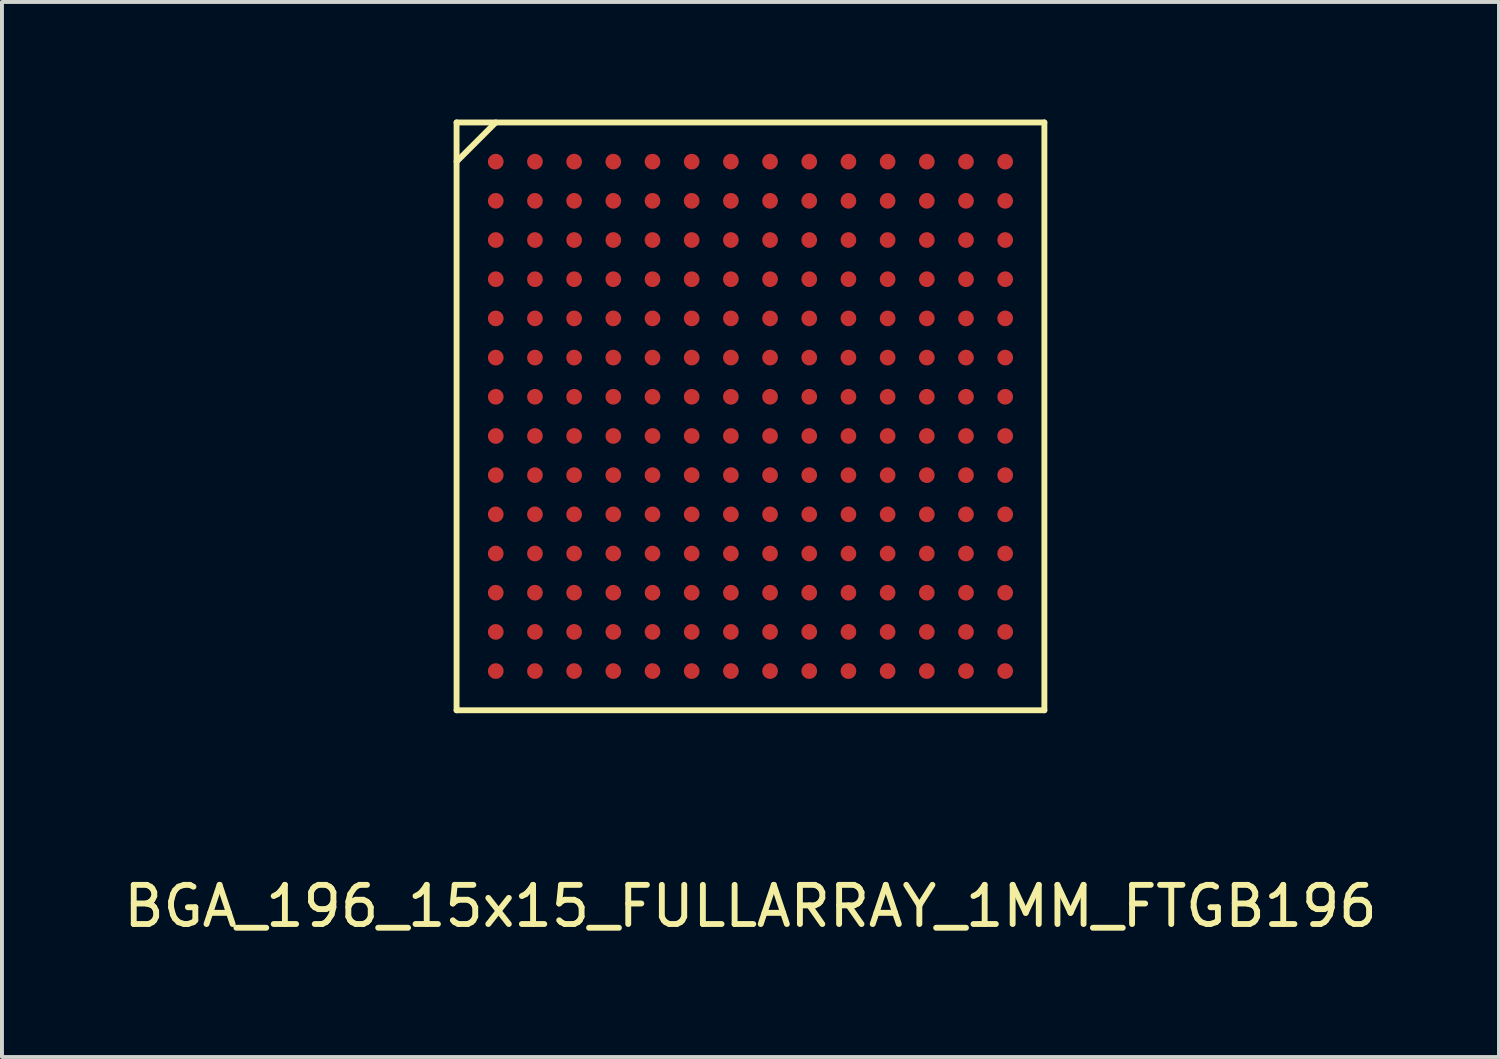
<source format=kicad_pcb>
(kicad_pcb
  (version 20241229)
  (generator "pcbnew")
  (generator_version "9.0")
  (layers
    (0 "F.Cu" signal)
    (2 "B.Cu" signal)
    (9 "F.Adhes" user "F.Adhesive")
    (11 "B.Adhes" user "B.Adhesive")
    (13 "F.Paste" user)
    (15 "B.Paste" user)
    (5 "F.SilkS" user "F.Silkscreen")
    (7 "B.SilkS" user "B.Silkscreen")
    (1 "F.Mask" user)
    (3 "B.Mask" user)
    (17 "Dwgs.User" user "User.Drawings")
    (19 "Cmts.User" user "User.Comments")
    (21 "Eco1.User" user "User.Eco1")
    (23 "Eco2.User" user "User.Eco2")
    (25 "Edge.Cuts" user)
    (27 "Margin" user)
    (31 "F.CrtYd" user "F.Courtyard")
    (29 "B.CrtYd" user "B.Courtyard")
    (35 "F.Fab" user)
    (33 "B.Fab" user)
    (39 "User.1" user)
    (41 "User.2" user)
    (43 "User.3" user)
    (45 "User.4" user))
  (footprint "BGA_196_15x15_FULLARRAY_1MM_FTGB196"
    (layer "F.Cu")
    (at 16.101 7.575)
    (property "Reference" "BGA_196_15x15_FULLARRAY_1MM_FTGB196" (at 0 12.5 0) (layer "F.SilkS") (effects (font (size 1 1) (thickness 0.15))))
    (attr through_hole)
    (fp_line (start -7.5 -7.5) (end 7.5 -7.5) (stroke (width 0.15) (type solid)) (layer "F.SilkS"))
    (fp_line (start -7.5 7.5) (end -7.5 -7.5) (stroke (width 0.15) (type solid)) (layer "F.SilkS"))
    (fp_line (start -6.5 -7.5) (end -7.5 -6.5) (stroke (width 0.15) (type solid)) (layer "F.SilkS"))
    (fp_line (start 7.5 -7.5) (end 7.5 7.5) (stroke (width 0.15) (type solid)) (layer "F.SilkS"))
    (fp_line (start 7.5 7.5) (end -7.5 7.5) (stroke (width 0.15) (type solid)) (layer "F.SilkS"))
    (pad "A1" smd circle (at -6.5 -6.5) (size 0.4 0.4) (layers "F.Cu" "F.Mask" "F.Paste"))
    (pad "A2" smd circle (at -5.5 -6.5) (size 0.4 0.4) (layers "F.Cu" "F.Mask" "F.Paste"))
    (pad "A3" smd circle (at -4.5 -6.5) (size 0.4 0.4) (layers "F.Cu" "F.Mask" "F.Paste"))
    (pad "A4" smd circle (at -3.5 -6.5) (size 0.4 0.4) (layers "F.Cu" "F.Mask" "F.Paste"))
    (pad "A5" smd circle (at -2.5 -6.5) (size 0.4 0.4) (layers "F.Cu" "F.Mask" "F.Paste"))
    (pad "A6" smd circle (at -1.5 -6.5) (size 0.4 0.4) (layers "F.Cu" "F.Mask" "F.Paste"))
    (pad "A7" smd circle (at -0.5 -6.5) (size 0.4 0.4) (layers "F.Cu" "F.Mask" "F.Paste"))
    (pad "A8" smd circle (at 0.5 -6.5) (size 0.4 0.4) (layers "F.Cu" "F.Mask" "F.Paste"))
    (pad "A9" smd circle (at 1.5 -6.5) (size 0.4 0.4) (layers "F.Cu" "F.Mask" "F.Paste"))
    (pad "A10" smd circle (at 2.5 -6.5) (size 0.4 0.4) (layers "F.Cu" "F.Mask" "F.Paste"))
    (pad "A11" smd circle (at 3.5 -6.5) (size 0.4 0.4) (layers "F.Cu" "F.Mask" "F.Paste"))
    (pad "A12" smd circle (at 4.5 -6.5) (size 0.4 0.4) (layers "F.Cu" "F.Mask" "F.Paste"))
    (pad "A13" smd circle (at 5.5 -6.5) (size 0.4 0.4) (layers "F.Cu" "F.Mask" "F.Paste"))
    (pad "A14" smd circle (at 6.5 -6.5) (size 0.4 0.4) (layers "F.Cu" "F.Mask" "F.Paste"))
    (pad "B1" smd circle (at -6.5 -5.5) (size 0.4 0.4) (layers "F.Cu" "F.Mask" "F.Paste"))
    (pad "B2" smd circle (at -5.5 -5.5) (size 0.4 0.4) (layers "F.Cu" "F.Mask" "F.Paste"))
    (pad "B3" smd circle (at -4.5 -5.5) (size 0.4 0.4) (layers "F.Cu" "F.Mask" "F.Paste"))
    (pad "B4" smd circle (at -3.5 -5.5) (size 0.4 0.4) (layers "F.Cu" "F.Mask" "F.Paste"))
    (pad "B5" smd circle (at -2.5 -5.5) (size 0.4 0.4) (layers "F.Cu" "F.Mask" "F.Paste"))
    (pad "B6" smd circle (at -1.5 -5.5) (size 0.4 0.4) (layers "F.Cu" "F.Mask" "F.Paste"))
    (pad "B7" smd circle (at -0.5 -5.5) (size 0.4 0.4) (layers "F.Cu" "F.Mask" "F.Paste"))
    (pad "B8" smd circle (at 0.5 -5.5) (size 0.4 0.4) (layers "F.Cu" "F.Mask" "F.Paste"))
    (pad "B9" smd circle (at 1.5 -5.5) (size 0.4 0.4) (layers "F.Cu" "F.Mask" "F.Paste"))
    (pad "B10" smd circle (at 2.5 -5.5) (size 0.4 0.4) (layers "F.Cu" "F.Mask" "F.Paste"))
    (pad "B11" smd circle (at 3.5 -5.5) (size 0.4 0.4) (layers "F.Cu" "F.Mask" "F.Paste"))
    (pad "B12" smd circle (at 4.5 -5.5) (size 0.4 0.4) (layers "F.Cu" "F.Mask" "F.Paste"))
    (pad "B13" smd circle (at 5.5 -5.5) (size 0.4 0.4) (layers "F.Cu" "F.Mask" "F.Paste"))
    (pad "B14" smd circle (at 6.5 -5.5) (size 0.4 0.4) (layers "F.Cu" "F.Mask" "F.Paste"))
    (pad "C1" smd circle (at -6.5 -4.5) (size 0.4 0.4) (layers "F.Cu" "F.Mask" "F.Paste"))
    (pad "C2" smd circle (at -5.5 -4.5) (size 0.4 0.4) (layers "F.Cu" "F.Mask" "F.Paste"))
    (pad "C3" smd circle (at -4.5 -4.5) (size 0.4 0.4) (layers "F.Cu" "F.Mask" "F.Paste"))
    (pad "C4" smd circle (at -3.5 -4.5) (size 0.4 0.4) (layers "F.Cu" "F.Mask" "F.Paste"))
    (pad "C5" smd circle (at -2.5 -4.5) (size 0.4 0.4) (layers "F.Cu" "F.Mask" "F.Paste"))
    (pad "C6" smd circle (at -1.5 -4.5) (size 0.4 0.4) (layers "F.Cu" "F.Mask" "F.Paste"))
    (pad "C7" smd circle (at -0.5 -4.5) (size 0.4 0.4) (layers "F.Cu" "F.Mask" "F.Paste"))
    (pad "C8" smd circle (at 0.5 -4.5) (size 0.4 0.4) (layers "F.Cu" "F.Mask" "F.Paste"))
    (pad "C9" smd circle (at 1.5 -4.5) (size 0.4 0.4) (layers "F.Cu" "F.Mask" "F.Paste"))
    (pad "C10" smd circle (at 2.5 -4.5) (size 0.4 0.4) (layers "F.Cu" "F.Mask" "F.Paste"))
    (pad "C11" smd circle (at 3.5 -4.5) (size 0.4 0.4) (layers "F.Cu" "F.Mask" "F.Paste"))
    (pad "C12" smd circle (at 4.5 -4.5) (size 0.4 0.4) (layers "F.Cu" "F.Mask" "F.Paste"))
    (pad "C13" smd circle (at 5.5 -4.5) (size 0.4 0.4) (layers "F.Cu" "F.Mask" "F.Paste"))
    (pad "C14" smd circle (at 6.5 -4.5) (size 0.4 0.4) (layers "F.Cu" "F.Mask" "F.Paste"))
    (pad "D1" smd circle (at -6.5 -3.5) (size 0.4 0.4) (layers "F.Cu" "F.Mask" "F.Paste"))
    (pad "D2" smd circle (at -5.5 -3.5) (size 0.4 0.4) (layers "F.Cu" "F.Mask" "F.Paste"))
    (pad "D3" smd circle (at -4.5 -3.5) (size 0.4 0.4) (layers "F.Cu" "F.Mask" "F.Paste"))
    (pad "D4" smd circle (at -3.5 -3.5) (size 0.4 0.4) (layers "F.Cu" "F.Mask" "F.Paste"))
    (pad "D5" smd circle (at -2.5 -3.5) (size 0.4 0.4) (layers "F.Cu" "F.Mask" "F.Paste"))
    (pad "D6" smd circle (at -1.5 -3.5) (size 0.4 0.4) (layers "F.Cu" "F.Mask" "F.Paste"))
    (pad "D7" smd circle (at -0.5 -3.5) (size 0.4 0.4) (layers "F.Cu" "F.Mask" "F.Paste"))
    (pad "D8" smd circle (at 0.5 -3.5) (size 0.4 0.4) (layers "F.Cu" "F.Mask" "F.Paste"))
    (pad "D9" smd circle (at 1.5 -3.5) (size 0.4 0.4) (layers "F.Cu" "F.Mask" "F.Paste"))
    (pad "D10" smd circle (at 2.5 -3.5) (size 0.4 0.4) (layers "F.Cu" "F.Mask" "F.Paste"))
    (pad "D11" smd circle (at 3.5 -3.5) (size 0.4 0.4) (layers "F.Cu" "F.Mask" "F.Paste"))
    (pad "D12" smd circle (at 4.5 -3.5) (size 0.4 0.4) (layers "F.Cu" "F.Mask" "F.Paste"))
    (pad "D13" smd circle (at 5.5 -3.5) (size 0.4 0.4) (layers "F.Cu" "F.Mask" "F.Paste"))
    (pad "D14" smd circle (at 6.5 -3.5) (size 0.4 0.4) (layers "F.Cu" "F.Mask" "F.Paste"))
    (pad "E1" smd circle (at -6.5 -2.5) (size 0.4 0.4) (layers "F.Cu" "F.Mask" "F.Paste"))
    (pad "E2" smd circle (at -5.5 -2.5) (size 0.4 0.4) (layers "F.Cu" "F.Mask" "F.Paste"))
    (pad "E3" smd circle (at -4.5 -2.5) (size 0.4 0.4) (layers "F.Cu" "F.Mask" "F.Paste"))
    (pad "E4" smd circle (at -3.5 -2.5) (size 0.4 0.4) (layers "F.Cu" "F.Mask" "F.Paste"))
    (pad "E5" smd circle (at -2.5 -2.5) (size 0.4 0.4) (layers "F.Cu" "F.Mask" "F.Paste"))
    (pad "E6" smd circle (at -1.5 -2.5) (size 0.4 0.4) (layers "F.Cu" "F.Mask" "F.Paste"))
    (pad "E7" smd circle (at -0.5 -2.5) (size 0.4 0.4) (layers "F.Cu" "F.Mask" "F.Paste"))
    (pad "E8" smd circle (at 0.5 -2.5) (size 0.4 0.4) (layers "F.Cu" "F.Mask" "F.Paste"))
    (pad "E9" smd circle (at 1.5 -2.5) (size 0.4 0.4) (layers "F.Cu" "F.Mask" "F.Paste"))
    (pad "E10" smd circle (at 2.5 -2.5) (size 0.4 0.4) (layers "F.Cu" "F.Mask" "F.Paste"))
    (pad "E11" smd circle (at 3.5 -2.5) (size 0.4 0.4) (layers "F.Cu" "F.Mask" "F.Paste"))
    (pad "E12" smd circle (at 4.5 -2.5) (size 0.4 0.4) (layers "F.Cu" "F.Mask" "F.Paste"))
    (pad "E13" smd circle (at 5.5 -2.5) (size 0.4 0.4) (layers "F.Cu" "F.Mask" "F.Paste"))
    (pad "E14" smd circle (at 6.5 -2.5) (size 0.4 0.4) (layers "F.Cu" "F.Mask" "F.Paste"))
    (pad "F1" smd circle (at -6.5 -1.5) (size 0.4 0.4) (layers "F.Cu" "F.Mask" "F.Paste"))
    (pad "F2" smd circle (at -5.5 -1.5) (size 0.4 0.4) (layers "F.Cu" "F.Mask" "F.Paste"))
    (pad "F3" smd circle (at -4.5 -1.5) (size 0.4 0.4) (layers "F.Cu" "F.Mask" "F.Paste"))
    (pad "F4" smd circle (at -3.5 -1.5) (size 0.4 0.4) (layers "F.Cu" "F.Mask" "F.Paste"))
    (pad "F5" smd circle (at -2.5 -1.5) (size 0.4 0.4) (layers "F.Cu" "F.Mask" "F.Paste"))
    (pad "F6" smd circle (at -1.5 -1.5) (size 0.4 0.4) (layers "F.Cu" "F.Mask" "F.Paste"))
    (pad "F7" smd circle (at -0.5 -1.5) (size 0.4 0.4) (layers "F.Cu" "F.Mask" "F.Paste"))
    (pad "F8" smd circle (at 0.5 -1.5) (size 0.4 0.4) (layers "F.Cu" "F.Mask" "F.Paste"))
    (pad "F9" smd circle (at 1.5 -1.5) (size 0.4 0.4) (layers "F.Cu" "F.Mask" "F.Paste"))
    (pad "F10" smd circle (at 2.5 -1.5) (size 0.4 0.4) (layers "F.Cu" "F.Mask" "F.Paste"))
    (pad "F11" smd circle (at 3.5 -1.5) (size 0.4 0.4) (layers "F.Cu" "F.Mask" "F.Paste"))
    (pad "F12" smd circle (at 4.5 -1.5) (size 0.4 0.4) (layers "F.Cu" "F.Mask" "F.Paste"))
    (pad "F13" smd circle (at 5.5 -1.5) (size 0.4 0.4) (layers "F.Cu" "F.Mask" "F.Paste"))
    (pad "F14" smd circle (at 6.5 -1.5) (size 0.4 0.4) (layers "F.Cu" "F.Mask" "F.Paste"))
    (pad "G1" smd circle (at -6.5 -0.5) (size 0.4 0.4) (layers "F.Cu" "F.Mask" "F.Paste"))
    (pad "G2" smd circle (at -5.5 -0.5) (size 0.4 0.4) (layers "F.Cu" "F.Mask" "F.Paste"))
    (pad "G3" smd circle (at -4.5 -0.5) (size 0.4 0.4) (layers "F.Cu" "F.Mask" "F.Paste"))
    (pad "G4" smd circle (at -3.5 -0.5) (size 0.4 0.4) (layers "F.Cu" "F.Mask" "F.Paste"))
    (pad "G5" smd circle (at -2.5 -0.5) (size 0.4 0.4) (layers "F.Cu" "F.Mask" "F.Paste"))
    (pad "G6" smd circle (at -1.5 -0.5) (size 0.4 0.4) (layers "F.Cu" "F.Mask" "F.Paste"))
    (pad "G7" smd circle (at -0.5 -0.5) (size 0.4 0.4) (layers "F.Cu" "F.Mask" "F.Paste"))
    (pad "G8" smd circle (at 0.5 -0.5) (size 0.4 0.4) (layers "F.Cu" "F.Mask" "F.Paste"))
    (pad "G9" smd circle (at 1.5 -0.5) (size 0.4 0.4) (layers "F.Cu" "F.Mask" "F.Paste"))
    (pad "G10" smd circle (at 2.5 -0.5) (size 0.4 0.4) (layers "F.Cu" "F.Mask" "F.Paste"))
    (pad "G11" smd circle (at 3.5 -0.5) (size 0.4 0.4) (layers "F.Cu" "F.Mask" "F.Paste"))
    (pad "G12" smd circle (at 4.5 -0.5) (size 0.4 0.4) (layers "F.Cu" "F.Mask" "F.Paste"))
    (pad "G13" smd circle (at 5.5 -0.5) (size 0.4 0.4) (layers "F.Cu" "F.Mask" "F.Paste"))
    (pad "G14" smd circle (at 6.5 -0.5) (size 0.4 0.4) (layers "F.Cu" "F.Mask" "F.Paste"))
    (pad "H1" smd circle (at -6.5 0.5) (size 0.4 0.4) (layers "F.Cu" "F.Mask" "F.Paste"))
    (pad "H2" smd circle (at -5.5 0.5) (size 0.4 0.4) (layers "F.Cu" "F.Mask" "F.Paste"))
    (pad "H3" smd circle (at -4.5 0.5) (size 0.4 0.4) (layers "F.Cu" "F.Mask" "F.Paste"))
    (pad "H4" smd circle (at -3.5 0.5) (size 0.4 0.4) (layers "F.Cu" "F.Mask" "F.Paste"))
    (pad "H5" smd circle (at -2.5 0.5) (size 0.4 0.4) (layers "F.Cu" "F.Mask" "F.Paste"))
    (pad "H6" smd circle (at -1.5 0.5) (size 0.4 0.4) (layers "F.Cu" "F.Mask" "F.Paste"))
    (pad "H7" smd circle (at -0.5 0.5) (size 0.4 0.4) (layers "F.Cu" "F.Mask" "F.Paste"))
    (pad "H8" smd circle (at 0.5 0.5) (size 0.4 0.4) (layers "F.Cu" "F.Mask" "F.Paste"))
    (pad "H9" smd circle (at 1.5 0.5) (size 0.4 0.4) (layers "F.Cu" "F.Mask" "F.Paste"))
    (pad "H10" smd circle (at 2.5 0.5) (size 0.4 0.4) (layers "F.Cu" "F.Mask" "F.Paste"))
    (pad "H11" smd circle (at 3.5 0.5) (size 0.4 0.4) (layers "F.Cu" "F.Mask" "F.Paste"))
    (pad "H12" smd circle (at 4.5 0.5) (size 0.4 0.4) (layers "F.Cu" "F.Mask" "F.Paste"))
    (pad "H13" smd circle (at 5.5 0.5) (size 0.4 0.4) (layers "F.Cu" "F.Mask" "F.Paste"))
    (pad "H14" smd circle (at 6.5 0.5) (size 0.4 0.4) (layers "F.Cu" "F.Mask" "F.Paste"))
    (pad "J1" smd circle (at -6.5 1.5) (size 0.4 0.4) (layers "F.Cu" "F.Mask" "F.Paste"))
    (pad "J2" smd circle (at -5.5 1.5) (size 0.4 0.4) (layers "F.Cu" "F.Mask" "F.Paste"))
    (pad "J3" smd circle (at -4.5 1.5) (size 0.4 0.4) (layers "F.Cu" "F.Mask" "F.Paste"))
    (pad "J4" smd circle (at -3.5 1.5) (size 0.4 0.4) (layers "F.Cu" "F.Mask" "F.Paste"))
    (pad "J5" smd circle (at -2.5 1.5) (size 0.4 0.4) (layers "F.Cu" "F.Mask" "F.Paste"))
    (pad "J6" smd circle (at -1.5 1.5) (size 0.4 0.4) (layers "F.Cu" "F.Mask" "F.Paste"))
    (pad "J7" smd circle (at -0.5 1.5) (size 0.4 0.4) (layers "F.Cu" "F.Mask" "F.Paste"))
    (pad "J8" smd circle (at 0.5 1.5) (size 0.4 0.4) (layers "F.Cu" "F.Mask" "F.Paste"))
    (pad "J9" smd circle (at 1.5 1.5) (size 0.4 0.4) (layers "F.Cu" "F.Mask" "F.Paste"))
    (pad "J10" smd circle (at 2.5 1.5) (size 0.4 0.4) (layers "F.Cu" "F.Mask" "F.Paste"))
    (pad "J11" smd circle (at 3.5 1.5) (size 0.4 0.4) (layers "F.Cu" "F.Mask" "F.Paste"))
    (pad "J12" smd circle (at 4.5 1.5) (size 0.4 0.4) (layers "F.Cu" "F.Mask" "F.Paste"))
    (pad "J13" smd circle (at 5.5 1.5) (size 0.4 0.4) (layers "F.Cu" "F.Mask" "F.Paste"))
    (pad "J14" smd circle (at 6.5 1.5) (size 0.4 0.4) (layers "F.Cu" "F.Mask" "F.Paste"))
    (pad "K1" smd circle (at -6.5 2.5) (size 0.4 0.4) (layers "F.Cu" "F.Mask" "F.Paste"))
    (pad "K2" smd circle (at -5.5 2.5) (size 0.4 0.4) (layers "F.Cu" "F.Mask" "F.Paste"))
    (pad "K3" smd circle (at -4.5 2.5) (size 0.4 0.4) (layers "F.Cu" "F.Mask" "F.Paste"))
    (pad "K4" smd circle (at -3.5 2.5) (size 0.4 0.4) (layers "F.Cu" "F.Mask" "F.Paste"))
    (pad "K5" smd circle (at -2.5 2.5) (size 0.4 0.4) (layers "F.Cu" "F.Mask" "F.Paste"))
    (pad "K6" smd circle (at -1.5 2.5) (size 0.4 0.4) (layers "F.Cu" "F.Mask" "F.Paste"))
    (pad "K7" smd circle (at -0.5 2.5) (size 0.4 0.4) (layers "F.Cu" "F.Mask" "F.Paste"))
    (pad "K8" smd circle (at 0.5 2.5) (size 0.4 0.4) (layers "F.Cu" "F.Mask" "F.Paste"))
    (pad "K9" smd circle (at 1.5 2.5) (size 0.4 0.4) (layers "F.Cu" "F.Mask" "F.Paste"))
    (pad "K10" smd circle (at 2.5 2.5) (size 0.4 0.4) (layers "F.Cu" "F.Mask" "F.Paste"))
    (pad "K11" smd circle (at 3.5 2.5) (size 0.4 0.4) (layers "F.Cu" "F.Mask" "F.Paste"))
    (pad "K12" smd circle (at 4.5 2.5) (size 0.4 0.4) (layers "F.Cu" "F.Mask" "F.Paste"))
    (pad "K13" smd circle (at 5.5 2.5) (size 0.4 0.4) (layers "F.Cu" "F.Mask" "F.Paste"))
    (pad "K14" smd circle (at 6.5 2.5) (size 0.4 0.4) (layers "F.Cu" "F.Mask" "F.Paste"))
    (pad "L1" smd circle (at -6.5 3.5) (size 0.4 0.4) (layers "F.Cu" "F.Mask" "F.Paste"))
    (pad "L2" smd circle (at -5.5 3.5) (size 0.4 0.4) (layers "F.Cu" "F.Mask" "F.Paste"))
    (pad "L3" smd circle (at -4.5 3.5) (size 0.4 0.4) (layers "F.Cu" "F.Mask" "F.Paste"))
    (pad "L4" smd circle (at -3.5 3.5) (size 0.4 0.4) (layers "F.Cu" "F.Mask" "F.Paste"))
    (pad "L5" smd circle (at -2.5 3.5) (size 0.4 0.4) (layers "F.Cu" "F.Mask" "F.Paste"))
    (pad "L6" smd circle (at -1.5 3.5) (size 0.4 0.4) (layers "F.Cu" "F.Mask" "F.Paste"))
    (pad "L7" smd circle (at -0.5 3.5) (size 0.4 0.4) (layers "F.Cu" "F.Mask" "F.Paste"))
    (pad "L8" smd circle (at 0.5 3.5) (size 0.4 0.4) (layers "F.Cu" "F.Mask" "F.Paste"))
    (pad "L9" smd circle (at 1.5 3.5) (size 0.4 0.4) (layers "F.Cu" "F.Mask" "F.Paste"))
    (pad "L10" smd circle (at 2.5 3.5) (size 0.4 0.4) (layers "F.Cu" "F.Mask" "F.Paste"))
    (pad "L11" smd circle (at 3.5 3.5) (size 0.4 0.4) (layers "F.Cu" "F.Mask" "F.Paste"))
    (pad "L12" smd circle (at 4.5 3.5) (size 0.4 0.4) (layers "F.Cu" "F.Mask" "F.Paste"))
    (pad "L13" smd circle (at 5.5 3.5) (size 0.4 0.4) (layers "F.Cu" "F.Mask" "F.Paste"))
    (pad "L14" smd circle (at 6.5 3.5) (size 0.4 0.4) (layers "F.Cu" "F.Mask" "F.Paste"))
    (pad "M1" smd circle (at -6.5 4.5) (size 0.4 0.4) (layers "F.Cu" "F.Mask" "F.Paste"))
    (pad "M2" smd circle (at -5.5 4.5) (size 0.4 0.4) (layers "F.Cu" "F.Mask" "F.Paste"))
    (pad "M3" smd circle (at -4.5 4.5) (size 0.4 0.4) (layers "F.Cu" "F.Mask" "F.Paste"))
    (pad "M4" smd circle (at -3.5 4.5) (size 0.4 0.4) (layers "F.Cu" "F.Mask" "F.Paste"))
    (pad "M5" smd circle (at -2.5 4.5) (size 0.4 0.4) (layers "F.Cu" "F.Mask" "F.Paste"))
    (pad "M6" smd circle (at -1.5 4.5) (size 0.4 0.4) (layers "F.Cu" "F.Mask" "F.Paste"))
    (pad "M7" smd circle (at -0.5 4.5) (size 0.4 0.4) (layers "F.Cu" "F.Mask" "F.Paste"))
    (pad "M8" smd circle (at 0.5 4.5) (size 0.4 0.4) (layers "F.Cu" "F.Mask" "F.Paste"))
    (pad "M9" smd circle (at 1.5 4.5) (size 0.4 0.4) (layers "F.Cu" "F.Mask" "F.Paste"))
    (pad "M10" smd circle (at 2.5 4.5) (size 0.4 0.4) (layers "F.Cu" "F.Mask" "F.Paste"))
    (pad "M11" smd circle (at 3.5 4.5) (size 0.4 0.4) (layers "F.Cu" "F.Mask" "F.Paste"))
    (pad "M12" smd circle (at 4.5 4.5) (size 0.4 0.4) (layers "F.Cu" "F.Mask" "F.Paste"))
    (pad "M13" smd circle (at 5.5 4.5) (size 0.4 0.4) (layers "F.Cu" "F.Mask" "F.Paste"))
    (pad "M14" smd circle (at 6.5 4.5) (size 0.4 0.4) (layers "F.Cu" "F.Mask" "F.Paste"))
    (pad "N1" smd circle (at -6.5 5.5) (size 0.4 0.4) (layers "F.Cu" "F.Mask" "F.Paste"))
    (pad "N2" smd circle (at -5.5 5.5) (size 0.4 0.4) (layers "F.Cu" "F.Mask" "F.Paste"))
    (pad "N3" smd circle (at -4.5 5.5) (size 0.4 0.4) (layers "F.Cu" "F.Mask" "F.Paste"))
    (pad "N4" smd circle (at -3.5 5.5) (size 0.4 0.4) (layers "F.Cu" "F.Mask" "F.Paste"))
    (pad "N5" smd circle (at -2.5 5.5) (size 0.4 0.4) (layers "F.Cu" "F.Mask" "F.Paste"))
    (pad "N6" smd circle (at -1.5 5.5) (size 0.4 0.4) (layers "F.Cu" "F.Mask" "F.Paste"))
    (pad "N7" smd circle (at -0.5 5.5) (size 0.4 0.4) (layers "F.Cu" "F.Mask" "F.Paste"))
    (pad "N8" smd circle (at 0.5 5.5) (size 0.4 0.4) (layers "F.Cu" "F.Mask" "F.Paste"))
    (pad "N9" smd circle (at 1.5 5.5) (size 0.4 0.4) (layers "F.Cu" "F.Mask" "F.Paste"))
    (pad "N10" smd circle (at 2.5 5.5) (size 0.4 0.4) (layers "F.Cu" "F.Mask" "F.Paste"))
    (pad "N11" smd circle (at 3.5 5.5) (size 0.4 0.4) (layers "F.Cu" "F.Mask" "F.Paste"))
    (pad "N12" smd circle (at 4.5 5.5) (size 0.4 0.4) (layers "F.Cu" "F.Mask" "F.Paste"))
    (pad "N13" smd circle (at 5.5 5.5) (size 0.4 0.4) (layers "F.Cu" "F.Mask" "F.Paste"))
    (pad "N14" smd circle (at 6.5 5.5) (size 0.4 0.4) (layers "F.Cu" "F.Mask" "F.Paste"))
    (pad "P1" smd circle (at -6.5 6.5) (size 0.4 0.4) (layers "F.Cu" "F.Mask" "F.Paste"))
    (pad "P2" smd circle (at -5.5 6.5) (size 0.4 0.4) (layers "F.Cu" "F.Mask" "F.Paste"))
    (pad "P3" smd circle (at -4.5 6.5) (size 0.4 0.4) (layers "F.Cu" "F.Mask" "F.Paste"))
    (pad "P4" smd circle (at -3.5 6.5) (size 0.4 0.4) (layers "F.Cu" "F.Mask" "F.Paste"))
    (pad "P5" smd circle (at -2.5 6.5) (size 0.4 0.4) (layers "F.Cu" "F.Mask" "F.Paste"))
    (pad "P6" smd circle (at -1.5 6.5) (size 0.4 0.4) (layers "F.Cu" "F.Mask" "F.Paste"))
    (pad "P7" smd circle (at -0.5 6.5) (size 0.4 0.4) (layers "F.Cu" "F.Mask" "F.Paste"))
    (pad "P8" smd circle (at 0.5 6.5) (size 0.4 0.4) (layers "F.Cu" "F.Mask" "F.Paste"))
    (pad "P9" smd circle (at 1.5 6.5) (size 0.4 0.4) (layers "F.Cu" "F.Mask" "F.Paste"))
    (pad "P10" smd circle (at 2.5 6.5) (size 0.4 0.4) (layers "F.Cu" "F.Mask" "F.Paste"))
    (pad "P11" smd circle (at 3.5 6.5) (size 0.4 0.4) (layers "F.Cu" "F.Mask" "F.Paste"))
    (pad "P12" smd circle (at 4.5 6.5) (size 0.4 0.4) (layers "F.Cu" "F.Mask" "F.Paste"))
    (pad "P13" smd circle (at 5.5 6.5) (size 0.4 0.4) (layers "F.Cu" "F.Mask" "F.Paste"))
    (pad "P14" smd circle (at 6.5 6.5) (size 0.4 0.4) (layers "F.Cu" "F.Mask" "F.Paste")))
  (gr_rect
    (start -3 -3)
    (end 35.202 23.923)
    (stroke (width 0.1) (type default))
    (fill no)
    (layer "Edge.Cuts")))
</source>
